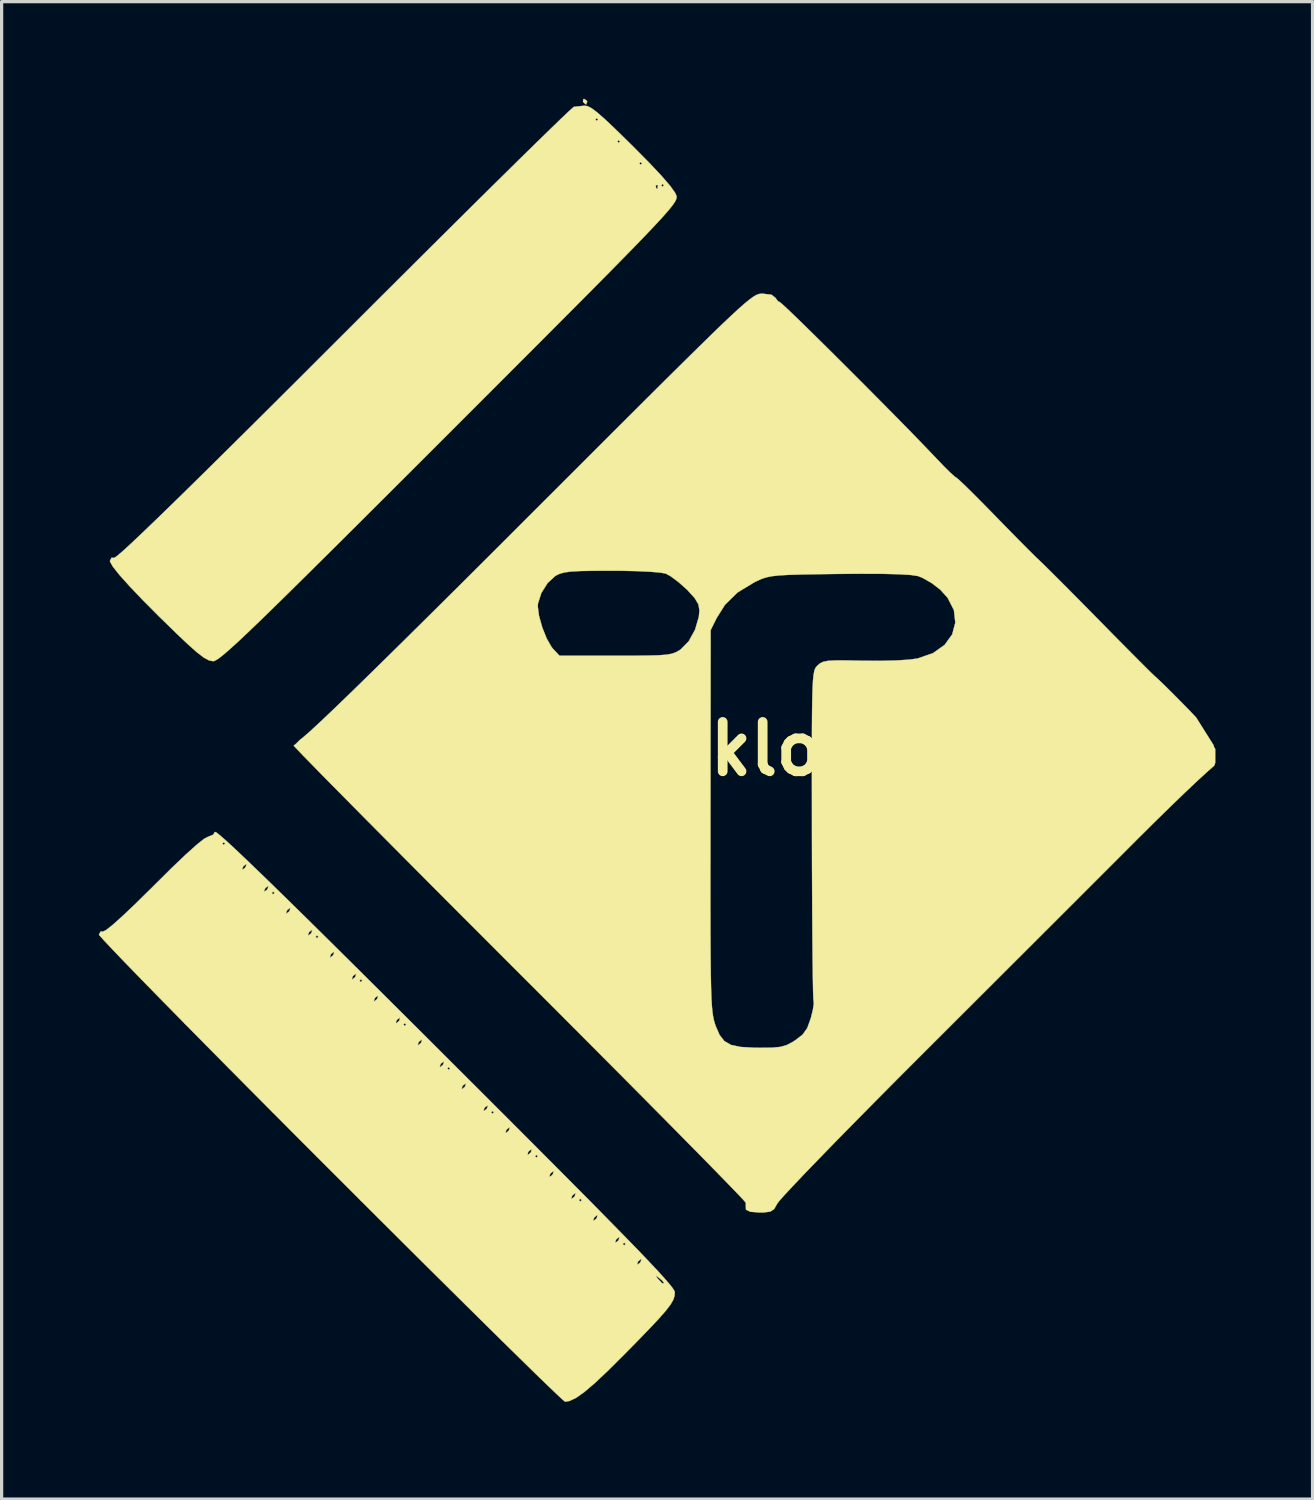
<source format=kicad_pcb>
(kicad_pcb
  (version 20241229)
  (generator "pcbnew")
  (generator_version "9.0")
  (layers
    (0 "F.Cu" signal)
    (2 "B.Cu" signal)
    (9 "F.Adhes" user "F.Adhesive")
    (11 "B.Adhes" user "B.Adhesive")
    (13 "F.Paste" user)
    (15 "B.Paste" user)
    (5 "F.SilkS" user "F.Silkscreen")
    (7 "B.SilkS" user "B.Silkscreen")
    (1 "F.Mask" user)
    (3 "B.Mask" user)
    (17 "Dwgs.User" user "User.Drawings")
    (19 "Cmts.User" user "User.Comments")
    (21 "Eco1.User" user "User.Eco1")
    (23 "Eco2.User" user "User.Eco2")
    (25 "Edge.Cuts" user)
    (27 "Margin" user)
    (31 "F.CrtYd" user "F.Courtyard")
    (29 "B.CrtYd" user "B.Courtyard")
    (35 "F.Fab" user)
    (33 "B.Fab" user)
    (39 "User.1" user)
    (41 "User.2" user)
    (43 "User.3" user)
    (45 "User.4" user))
  (footprint "transtaklogo"
    (layer "F.Cu")
    (at 17.954 20.071)
    (property "Reference" "transtaklogo" (at 0 0 0) (layer "F.SilkS") (effects (font (size 1.524 1.524) (thickness 0.3))))
    (attr through_hole)
    (fp_poly (pts (xy -2.882 -20.005) (xy -2.879 -19.981) (xy -2.908 -19.899) (xy -2.916 -19.897) (xy -2.988 -19.956) (xy -3.006 -19.981) (xy -2.999 -20.059) (xy -2.968 -20.066) (xy -2.882 -20.005)) (stroke (width 0.01) (type solid)) (fill yes) (layer "F.SilkS"))
    (fp_poly (pts (xy -2.871 -19.846) (xy -2.748 -19.784) (xy -2.578 -19.658) (xy -2.345 -19.455) (xy -2.032 -19.16) (xy -1.624 -18.761) (xy -1.463 -18.602) (xy -0.956 -18.09) (xy -0.573 -17.682) (xy -0.309 -17.375) (xy -0.159 -17.163) (xy -0.121 -17.074) (xy -0.116 -17.032) (xy -0.125 -16.982) (xy -0.153 -16.918) (xy -0.207 -16.832) (xy -0.293 -16.718) (xy -0.417 -16.57) (xy -0.585 -16.381) (xy -0.805 -16.144) (xy -1.081 -15.853) (xy -1.421 -15.501) (xy -1.831 -15.082) (xy -2.317 -14.588) (xy -2.885 -14.015) (xy -3.542 -13.354) (xy -4.294 -12.599) (xy -5.147 -11.745) (xy -6.108 -10.783) (xy -7.124 -9.767) (xy -8.208 -8.683) (xy -9.18 -7.713) (xy -10.044 -6.851) (xy -10.809 -6.091) (xy -11.479 -5.427) (xy -12.061 -4.852) (xy -12.561 -4.361) (xy -12.986 -3.948) (xy -13.342 -3.606) (xy -13.635 -3.33) (xy -13.872 -3.114) (xy -14.058 -2.95) (xy -14.201 -2.834) (xy -14.305 -2.76) (xy -14.379 -2.72) (xy -14.424 -2.709) (xy -14.552 -2.735) (xy -14.712 -2.821) (xy -14.926 -2.985) (xy -15.217 -3.244) (xy -15.524 -3.535) (xy -16.102 -4.098) (xy -16.599 -4.598) (xy -17.007 -5.027) (xy -17.317 -5.373) (xy -17.52 -5.629) (xy -17.608 -5.784) (xy -17.611 -5.803) (xy -17.561 -5.904) (xy -17.485 -5.897) (xy -17.41 -5.942) (xy -17.229 -6.095) (xy -16.942 -6.358) (xy -16.547 -6.732) (xy -16.043 -7.217) (xy -15.428 -7.816) (xy -14.702 -8.53) (xy -13.862 -9.36) (xy -12.908 -10.306) (xy -11.839 -11.371) (xy -10.653 -12.556) (xy -10.378 -12.83) (xy -9.473 -13.735) (xy -8.6 -14.605) (xy -7.767 -15.435) (xy -6.981 -16.215) (xy -6.251 -16.939) (xy -5.828 -17.357) (xy -0.762 -17.357) (xy -0.731 -17.287) (xy -0.706 -17.3) (xy -0.696 -17.399) (xy -0.593 -17.399) (xy -0.55 -17.357) (xy -0.508 -17.399) (xy -0.55 -17.441) (xy -0.593 -17.399) (xy -0.696 -17.399) (xy -0.695 -17.401) (xy -0.706 -17.413) (xy -0.756 -17.401) (xy -0.762 -17.357) (xy -5.828 -17.357) (xy -5.583 -17.599) (xy -5.099 -18.076) (xy -1.27 -18.076) (xy -1.228 -18.034) (xy -1.185 -18.076) (xy -1.228 -18.119) (xy -1.27 -18.076) (xy -5.099 -18.076) (xy -4.985 -18.189) (xy -4.464 -18.699) (xy -4.408 -18.754) (xy -1.947 -18.754) (xy -1.905 -18.711) (xy -1.863 -18.754) (xy -1.905 -18.796) (xy -1.947 -18.754) (xy -4.408 -18.754) (xy -4.029 -19.123) (xy -3.711 -19.431) (xy -2.625 -19.431) (xy -2.582 -19.389) (xy -2.54 -19.431) (xy -2.582 -19.473) (xy -2.625 -19.431) (xy -3.711 -19.431) (xy -3.687 -19.454) (xy -3.445 -19.684) (xy -3.311 -19.805) (xy -3.286 -19.823) (xy -3.118 -19.841) (xy -2.963 -19.858) (xy -2.871 -19.846)) (stroke (width 0.01) (type solid)) (fill yes) (layer "F.SilkS"))
    (fp_poly (pts (xy 2.813 -14.022) (xy 2.933 -13.928) (xy 3.017 -13.816) (xy 3.059 -13.801) (xy 3.132 -13.743) (xy 3.31 -13.579) (xy 3.575 -13.325) (xy 3.914 -12.994) (xy 4.312 -12.603) (xy 4.752 -12.167) (xy 5.221 -11.699) (xy 5.703 -11.217) (xy 6.183 -10.733) (xy 6.647 -10.264) (xy 7.078 -9.825) (xy 7.461 -9.43) (xy 7.783 -9.094) (xy 7.888 -8.983) (xy 8.135 -8.726) (xy 8.339 -8.524) (xy 8.473 -8.404) (xy 8.509 -8.382) (xy 8.582 -8.324) (xy 8.754 -8.163) (xy 9.005 -7.917) (xy 9.316 -7.605) (xy 9.668 -7.246) (xy 9.695 -7.218) (xy 10.069 -6.834) (xy 10.422 -6.476) (xy 10.728 -6.167) (xy 10.965 -5.932) (xy 11.103 -5.8) (xy 11.237 -5.671) (xy 11.471 -5.44) (xy 11.784 -5.127) (xy 12.158 -4.751) (xy 12.573 -4.331) (xy 12.951 -3.947) (xy 13.375 -3.515) (xy 13.766 -3.121) (xy 14.104 -2.78) (xy 14.374 -2.51) (xy 14.558 -2.329) (xy 14.637 -2.254) (xy 14.763 -2.139) (xy 14.971 -1.939) (xy 15.224 -1.688) (xy 15.487 -1.422) (xy 15.727 -1.177) (xy 15.906 -0.987) (xy 15.926 -0.965) (xy 16.07 -0.735) (xy 16.456 -0.122) (xy 16.51 0.051) (xy 16.378 -0.195) (xy 16.51 0) (xy 16.51 0.079) (xy 16.51 0.299) (xy 16.51 0.394) (xy 16.51 0.429) (xy 16.479 0.515) (xy 16.259 0.708) (xy 15.949 0.993) (xy 15.566 1.356) (xy 15.123 1.783) (xy 14.636 2.26) (xy 14.119 2.773) (xy 14.076 2.816) (xy 13.643 3.25) (xy 13.272 3.621) (xy 12.954 3.939) (xy 12.676 4.217) (xy 12.428 4.465) (xy 12.199 4.695) (xy 11.976 4.917) (xy 11.751 5.142) (xy 11.51 5.383) (xy 11.243 5.649) (xy 10.939 5.953) (xy 10.587 6.305) (xy 10.175 6.716) (xy 9.693 7.198) (xy 9.129 7.761) (xy 8.472 8.417) (xy 7.711 9.178) (xy 7.362 9.526) (xy 6.656 10.233) (xy 5.983 10.912) (xy 5.353 11.55) (xy 4.776 12.138) (xy 4.262 12.667) (xy 3.821 13.124) (xy 3.464 13.501) (xy 3.199 13.786) (xy 3.037 13.971) (xy 2.99 14.035) (xy 2.895 14.201) (xy 2.779 14.281) (xy 2.583 14.307) (xy 2.445 14.309) (xy 2.162 14.287) (xy 2.03 14.226) (xy 2.022 14.203) (xy 2.019 14.035) (xy 2.021 14.011) (xy 1.964 13.941) (xy 1.793 13.759) (xy 1.518 13.473) (xy 1.145 13.09) (xy 0.682 12.617) (xy 0.135 12.062) (xy -0.487 11.432) (xy -1.177 10.735) (xy -1.928 9.979) (xy -2.733 9.17) (xy -3.583 8.317) (xy -4.472 7.426) (xy -5.025 6.874) (xy -5.932 5.966) (xy -6.806 5.092) (xy -7.559 4.336) (xy 0.926 4.336) (xy 0.927 5.178) (xy 0.929 5.888) (xy 0.933 6.48) (xy 0.939 6.966) (xy 0.947 7.359) (xy 0.957 7.672) (xy 0.971 7.916) (xy 0.988 8.106) (xy 1.009 8.253) (xy 1.033 8.37) (xy 1.062 8.471) (xy 1.089 8.551) (xy 1.209 8.828) (xy 1.356 9.017) (xy 1.562 9.136) (xy 1.86 9.199) (xy 2.283 9.223) (xy 2.46 9.225) (xy 2.83 9.221) (xy 3.086 9.197) (xy 3.279 9.142) (xy 3.465 9.045) (xy 3.538 8.998) (xy 3.771 8.82) (xy 3.915 8.618) (xy 4.024 8.318) (xy 4.024 8.318) (xy 4.089 8.058) (xy 4.118 7.864) (xy 4.112 7.798) (xy 4.104 7.703) (xy 4.096 7.454) (xy 4.089 7.065) (xy 4.082 6.552) (xy 4.076 5.929) (xy 4.071 5.211) (xy 4.067 4.413) (xy 4.063 3.551) (xy 4.061 2.665) (xy 4.06 1.614) (xy 4.059 0.718) (xy 4.059 -0.034) (xy 4.061 -0.656) (xy 4.065 -1.162) (xy 4.072 -1.563) (xy 4.081 -1.874) (xy 4.093 -2.106) (xy 4.109 -2.275) (xy 4.13 -2.391) (xy 4.154 -2.47) (xy 4.184 -2.522) (xy 4.219 -2.563) (xy 4.231 -2.575) (xy 4.311 -2.644) (xy 4.408 -2.691) (xy 4.552 -2.72) (xy 4.772 -2.733) (xy 5.098 -2.734) (xy 5.56 -2.725) (xy 5.629 -2.724) (xy 6.167 -2.72) (xy 6.659 -2.732) (xy 7.064 -2.758) (xy 7.32 -2.793) (xy 7.798 -2.958) (xy 8.157 -3.213) (xy 8.39 -3.536) (xy 8.487 -3.902) (xy 8.443 -4.288) (xy 8.247 -4.67) (xy 8.023 -4.917) (xy 7.757 -5.122) (xy 7.474 -5.283) (xy 7.334 -5.338) (xy 7.118 -5.371) (xy 6.742 -5.394) (xy 6.214 -5.407) (xy 5.54 -5.409) (xy 4.878 -5.404) (xy 4.224 -5.395) (xy 3.714 -5.386) (xy 3.327 -5.374) (xy 3.037 -5.357) (xy 2.821 -5.333) (xy 2.656 -5.299) (xy 2.517 -5.254) (xy 2.38 -5.193) (xy 2.284 -5.147) (xy 1.763 -4.831) (xy 1.375 -4.45) (xy 1.121 -4.045) (xy 0.934 -3.669) (xy 0.928 2.208) (xy 0.927 3.351) (xy 0.926 4.336) (xy -7.559 4.336) (xy -7.637 4.258) (xy -8.418 3.473) (xy -9.143 2.743) (xy -9.804 2.077) (xy -10.393 1.481) (xy -10.904 0.964) (xy -11.328 0.531) (xy -11.659 0.192) (xy -11.889 -0.048) (xy -11.938 -0.102) (xy -11.862 -0.165) (xy -11.752 -0.276) (xy -11.652 -0.354) (xy -11.438 -0.54) (xy -11.11 -0.843) (xy -10.666 -1.265) (xy -10.107 -1.805) (xy -9.433 -2.464) (xy -8.642 -3.242) (xy -7.734 -4.14) (xy -7.469 -4.403) (xy -4.403 -4.403) (xy -4.364 -4.105) (xy -4.264 -3.751) (xy -4.127 -3.409) (xy -3.978 -3.148) (xy -3.938 -3.099) (xy -3.733 -2.879) (xy -2.006 -2.879) (xy -1.421 -2.879) (xy -0.98 -2.884) (xy -0.658 -2.893) (xy -0.428 -2.911) (xy -0.266 -2.94) (xy -0.146 -2.982) (xy -0.043 -3.039) (xy 0.007 -3.071) (xy 0.255 -3.322) (xy 0.452 -3.679) (xy 0.569 -4.079) (xy 0.588 -4.279) (xy 0.557 -4.463) (xy 0.441 -4.659) (xy 0.215 -4.907) (xy 0.191 -4.93) (xy -0.057 -5.151) (xy -0.296 -5.329) (xy -0.45 -5.414) (xy -0.616 -5.444) (xy -0.918 -5.47) (xy -1.326 -5.49) (xy -1.808 -5.501) (xy -2.143 -5.503) (xy -2.687 -5.501) (xy -3.089 -5.493) (xy -3.378 -5.477) (xy -3.581 -5.45) (xy -3.727 -5.409) (xy -3.844 -5.352) (xy -3.859 -5.344) (xy -4.1 -5.122) (xy -4.294 -4.813) (xy -4.396 -4.492) (xy -4.403 -4.403) (xy -7.469 -4.403) (xy -6.709 -5.158) (xy -5.567 -6.296) (xy -4.666 -7.197) (xy -3.614 -8.248) (xy -2.676 -9.186) (xy -1.844 -10.017) (xy -1.112 -10.747) (xy -0.472 -11.384) (xy 0.083 -11.933) (xy 0.558 -12.401) (xy 0.961 -12.795) (xy 1.298 -13.121) (xy 1.577 -13.385) (xy 1.804 -13.594) (xy 1.986 -13.754) (xy 2.13 -13.872) (xy 2.242 -13.954) (xy 2.329 -14.007) (xy 2.398 -14.037) (xy 2.456 -14.051) (xy 2.51 -14.055) (xy 2.538 -14.055) (xy 2.813 -14.022)) (stroke (width 0.01) (type solid)) (fill yes) (layer "F.SilkS"))
    (fp_poly (pts (xy -14.327 2.576) (xy -14.202 2.675) (xy -13.991 2.861) (xy -13.694 3.136) (xy -13.306 3.506) (xy -12.823 3.971) (xy -12.243 4.537) (xy -11.562 5.205) (xy -10.777 5.98) (xy -9.885 6.865) (xy -8.882 7.862) (xy -7.764 8.975) (xy -7.256 9.483) (xy -6.153 10.584) (xy -5.164 11.573) (xy -4.285 12.454) (xy -3.508 13.234) (xy -2.83 13.917) (xy -2.244 14.512) (xy -1.744 15.022) (xy -1.324 15.453) (xy -0.98 15.813) (xy -0.705 16.106) (xy -0.494 16.339) (xy -0.34 16.516) (xy -0.239 16.645) (xy -0.185 16.73) (xy -0.171 16.774) (xy -0.181 16.886) (xy -0.221 17.007) (xy -0.305 17.151) (xy -0.446 17.336) (xy -0.657 17.578) (xy -0.952 17.892) (xy -1.343 18.296) (xy -1.731 18.69) (xy -2.233 19.19) (xy -2.639 19.573) (xy -2.963 19.849) (xy -3.218 20.03) (xy -3.419 20.126) (xy -3.558 20.151) (xy -3.63 20.092) (xy -3.814 19.921) (xy -4.103 19.644) (xy -4.489 19.27) (xy -4.964 18.805) (xy -5.522 18.257) (xy -6.154 17.633) (xy -6.854 16.94) (xy -7.543 16.257) (xy -0.756 16.257) (xy -0.735 16.3) (xy -0.688 16.362) (xy -0.565 16.493) (xy -0.509 16.493) (xy -0.508 16.478) (xy -0.566 16.407) (xy -0.656 16.33) (xy -0.756 16.257) (xy -7.543 16.257) (xy -7.614 16.187) (xy -7.891 15.912) (xy -1.334 15.912) (xy -1.322 15.917) (xy -1.245 15.858) (xy -1.228 15.833) (xy -1.206 15.754) (xy -1.218 15.748) (xy -1.295 15.808) (xy -1.312 15.833) (xy -1.334 15.912) (xy -7.891 15.912) (xy -8.426 15.38) (xy -8.524 15.282) (xy -1.778 15.282) (xy -1.736 15.325) (xy -1.693 15.282) (xy -1.736 15.24) (xy -1.778 15.282) (xy -8.524 15.282) (xy -8.572 15.234) (xy -2.011 15.234) (xy -2 15.24) (xy -1.922 15.18) (xy -1.905 15.155) (xy -1.883 15.076) (xy -1.895 15.071) (xy -1.972 15.13) (xy -1.99 15.155) (xy -2.011 15.234) (xy -8.572 15.234) (xy -9.252 14.557) (xy -2.689 14.557) (xy -2.677 14.563) (xy -2.6 14.503) (xy -2.582 14.478) (xy -2.561 14.399) (xy -2.572 14.393) (xy -2.65 14.453) (xy -2.667 14.478) (xy -2.689 14.557) (xy -9.252 14.557) (xy -9.283 14.526) (xy -9.882 13.928) (xy -3.133 13.928) (xy -3.09 13.97) (xy -3.048 13.928) (xy -3.09 13.885) (xy -3.133 13.928) (xy -9.882 13.928) (xy -9.93 13.88) (xy -3.366 13.88) (xy -3.354 13.885) (xy -3.277 13.826) (xy -3.26 13.801) (xy -3.238 13.722) (xy -3.25 13.716) (xy -3.327 13.776) (xy -3.344 13.801) (xy -3.366 13.88) (xy -9.93 13.88) (xy -10.177 13.633) (xy -10.608 13.202) (xy -4.043 13.202) (xy -4.032 13.208) (xy -3.954 13.148) (xy -3.937 13.123) (xy -3.915 13.044) (xy -3.927 13.039) (xy -4.004 13.098) (xy -4.022 13.123) (xy -4.043 13.202) (xy -10.608 13.202) (xy -10.805 13.006) (xy -11.237 12.573) (xy -4.487 12.573) (xy -4.445 12.615) (xy -4.403 12.573) (xy -4.445 12.531) (xy -4.487 12.573) (xy -11.237 12.573) (xy -11.285 12.525) (xy -4.721 12.525) (xy -4.709 12.531) (xy -4.632 12.471) (xy -4.614 12.446) (xy -4.593 12.367) (xy -4.604 12.361) (xy -4.682 12.421) (xy -4.699 12.446) (xy -4.721 12.525) (xy -11.285 12.525) (xy -11.721 12.089) (xy -11.961 11.848) (xy -5.398 11.848) (xy -5.386 11.853) (xy -5.309 11.794) (xy -5.292 11.769) (xy -5.27 11.69) (xy -5.282 11.684) (xy -5.359 11.744) (xy -5.376 11.769) (xy -5.398 11.848) (xy -11.961 11.848) (xy -12.588 11.218) (xy -5.842 11.218) (xy -5.8 11.261) (xy -5.757 11.218) (xy -5.8 11.176) (xy -5.842 11.218) (xy -12.588 11.218) (xy -12.602 11.205) (xy -12.636 11.17) (xy -6.075 11.17) (xy -6.064 11.176) (xy -5.986 11.116) (xy -5.969 11.091) (xy -5.947 11.012) (xy -5.959 11.007) (xy -6.036 11.066) (xy -6.054 11.091) (xy -6.075 11.17) (xy -12.636 11.17) (xy -13.309 10.493) (xy -6.753 10.493) (xy -6.741 10.499) (xy -6.664 10.439) (xy -6.646 10.414) (xy -6.625 10.335) (xy -6.636 10.329) (xy -6.714 10.389) (xy -6.731 10.414) (xy -6.753 10.493) (xy -13.309 10.493) (xy -13.441 10.36) (xy -13.933 9.864) (xy -7.197 9.864) (xy -7.154 9.906) (xy -7.112 9.864) (xy -7.154 9.821) (xy -7.197 9.864) (xy -13.933 9.864) (xy -13.98 9.816) (xy -7.43 9.816) (xy -7.418 9.821) (xy -7.341 9.762) (xy -7.324 9.737) (xy -7.302 9.658) (xy -7.314 9.652) (xy -7.391 9.712) (xy -7.408 9.737) (xy -7.43 9.816) (xy -13.98 9.816) (xy -14.232 9.562) (xy -14.651 9.138) (xy -8.107 9.138) (xy -8.096 9.144) (xy -8.018 9.084) (xy -8.001 9.059) (xy -7.979 8.98) (xy -7.991 8.975) (xy -8.068 9.034) (xy -8.086 9.059) (xy -8.107 9.138) (xy -14.651 9.138) (xy -14.967 8.818) (xy -15.272 8.509) (xy -8.551 8.509) (xy -8.509 8.551) (xy -8.467 8.509) (xy -8.509 8.467) (xy -8.551 8.509) (xy -15.272 8.509) (xy -15.319 8.461) (xy -8.785 8.461) (xy -8.773 8.467) (xy -8.696 8.407) (xy -8.678 8.382) (xy -8.657 8.303) (xy -8.668 8.297) (xy -8.746 8.357) (xy -8.763 8.382) (xy -8.785 8.461) (xy -15.319 8.461) (xy -15.638 8.136) (xy -15.984 7.784) (xy -9.462 7.784) (xy -9.45 7.789) (xy -9.373 7.73) (xy -9.356 7.705) (xy -9.334 7.626) (xy -9.346 7.62) (xy -9.423 7.68) (xy -9.44 7.705) (xy -9.462 7.784) (xy -15.984 7.784) (xy -16.239 7.524) (xy -16.6 7.154) (xy -9.906 7.154) (xy -9.864 7.197) (xy -9.821 7.154) (xy -9.864 7.112) (xy -9.906 7.154) (xy -16.6 7.154) (xy -16.646 7.106) (xy -10.139 7.106) (xy -10.128 7.112) (xy -10.05 7.052) (xy -10.033 7.027) (xy -10.011 6.948) (xy -10.023 6.943) (xy -10.1 7.002) (xy -10.118 7.027) (xy -10.139 7.106) (xy -16.646 7.106) (xy -16.761 6.989) (xy -17.198 6.538) (xy -17.302 6.429) (xy -10.817 6.429) (xy -10.805 6.435) (xy -10.728 6.375) (xy -10.71 6.35) (xy -10.689 6.271) (xy -10.7 6.265) (xy -10.778 6.325) (xy -10.795 6.35) (xy -10.817 6.429) (xy -17.302 6.429) (xy -17.542 6.178) (xy -17.786 5.919) (xy -17.892 5.8) (xy -11.261 5.8) (xy -11.218 5.842) (xy -11.176 5.8) (xy -11.218 5.757) (xy -11.261 5.8) (xy -17.892 5.8) (xy -17.922 5.766) (xy -17.932 5.752) (xy -11.494 5.752) (xy -11.482 5.757) (xy -11.405 5.698) (xy -11.388 5.673) (xy -11.366 5.594) (xy -11.378 5.588) (xy -11.455 5.648) (xy -11.472 5.673) (xy -11.494 5.752) (xy -17.932 5.752) (xy -17.949 5.727) (xy -17.896 5.633) (xy -17.831 5.639) (xy -17.733 5.594) (xy -17.528 5.432) (xy -17.225 5.161) (xy -17.133 5.074) (xy -12.171 5.074) (xy -12.16 5.08) (xy -12.082 5.02) (xy -12.065 4.995) (xy -12.043 4.916) (xy -12.055 4.911) (xy -12.132 4.97) (xy -12.15 4.995) (xy -12.171 5.074) (xy -17.133 5.074) (xy -16.832 4.789) (xy -16.483 4.445) (xy -12.615 4.445) (xy -12.573 4.487) (xy -12.531 4.445) (xy -12.573 4.403) (xy -12.615 4.445) (xy -16.483 4.445) (xy -16.434 4.397) (xy -12.849 4.397) (xy -12.837 4.403) (xy -12.76 4.343) (xy -12.742 4.318) (xy -12.721 4.239) (xy -12.732 4.233) (xy -12.81 4.293) (xy -12.827 4.318) (xy -12.849 4.397) (xy -16.434 4.397) (xy -16.357 4.322) (xy -16.232 4.197) (xy -15.751 3.72) (xy -13.526 3.72) (xy -13.514 3.725) (xy -13.437 3.666) (xy -13.42 3.641) (xy -13.398 3.562) (xy -13.41 3.556) (xy -13.487 3.616) (xy -13.504 3.641) (xy -13.526 3.72) (xy -15.751 3.72) (xy -15.709 3.678) (xy -15.276 3.265) (xy -14.94 2.963) (xy -14.888 2.921) (xy -14.139 2.921) (xy -14.097 2.963) (xy -14.055 2.921) (xy -14.097 2.879) (xy -14.139 2.921) (xy -14.888 2.921) (xy -14.707 2.776) (xy -14.581 2.709) (xy -14.578 2.709) (xy -14.423 2.647) (xy -14.373 2.561) (xy -14.327 2.576)) (stroke (width 0.01) (type solid)) (fill yes) (layer "F.SilkS")))
  (gr_rect
    (start -3 -3)
    (end 37.469 43.227)
    (stroke (width 0.1) (type default))
    (fill no)
    (layer "Edge.Cuts")))
</source>
